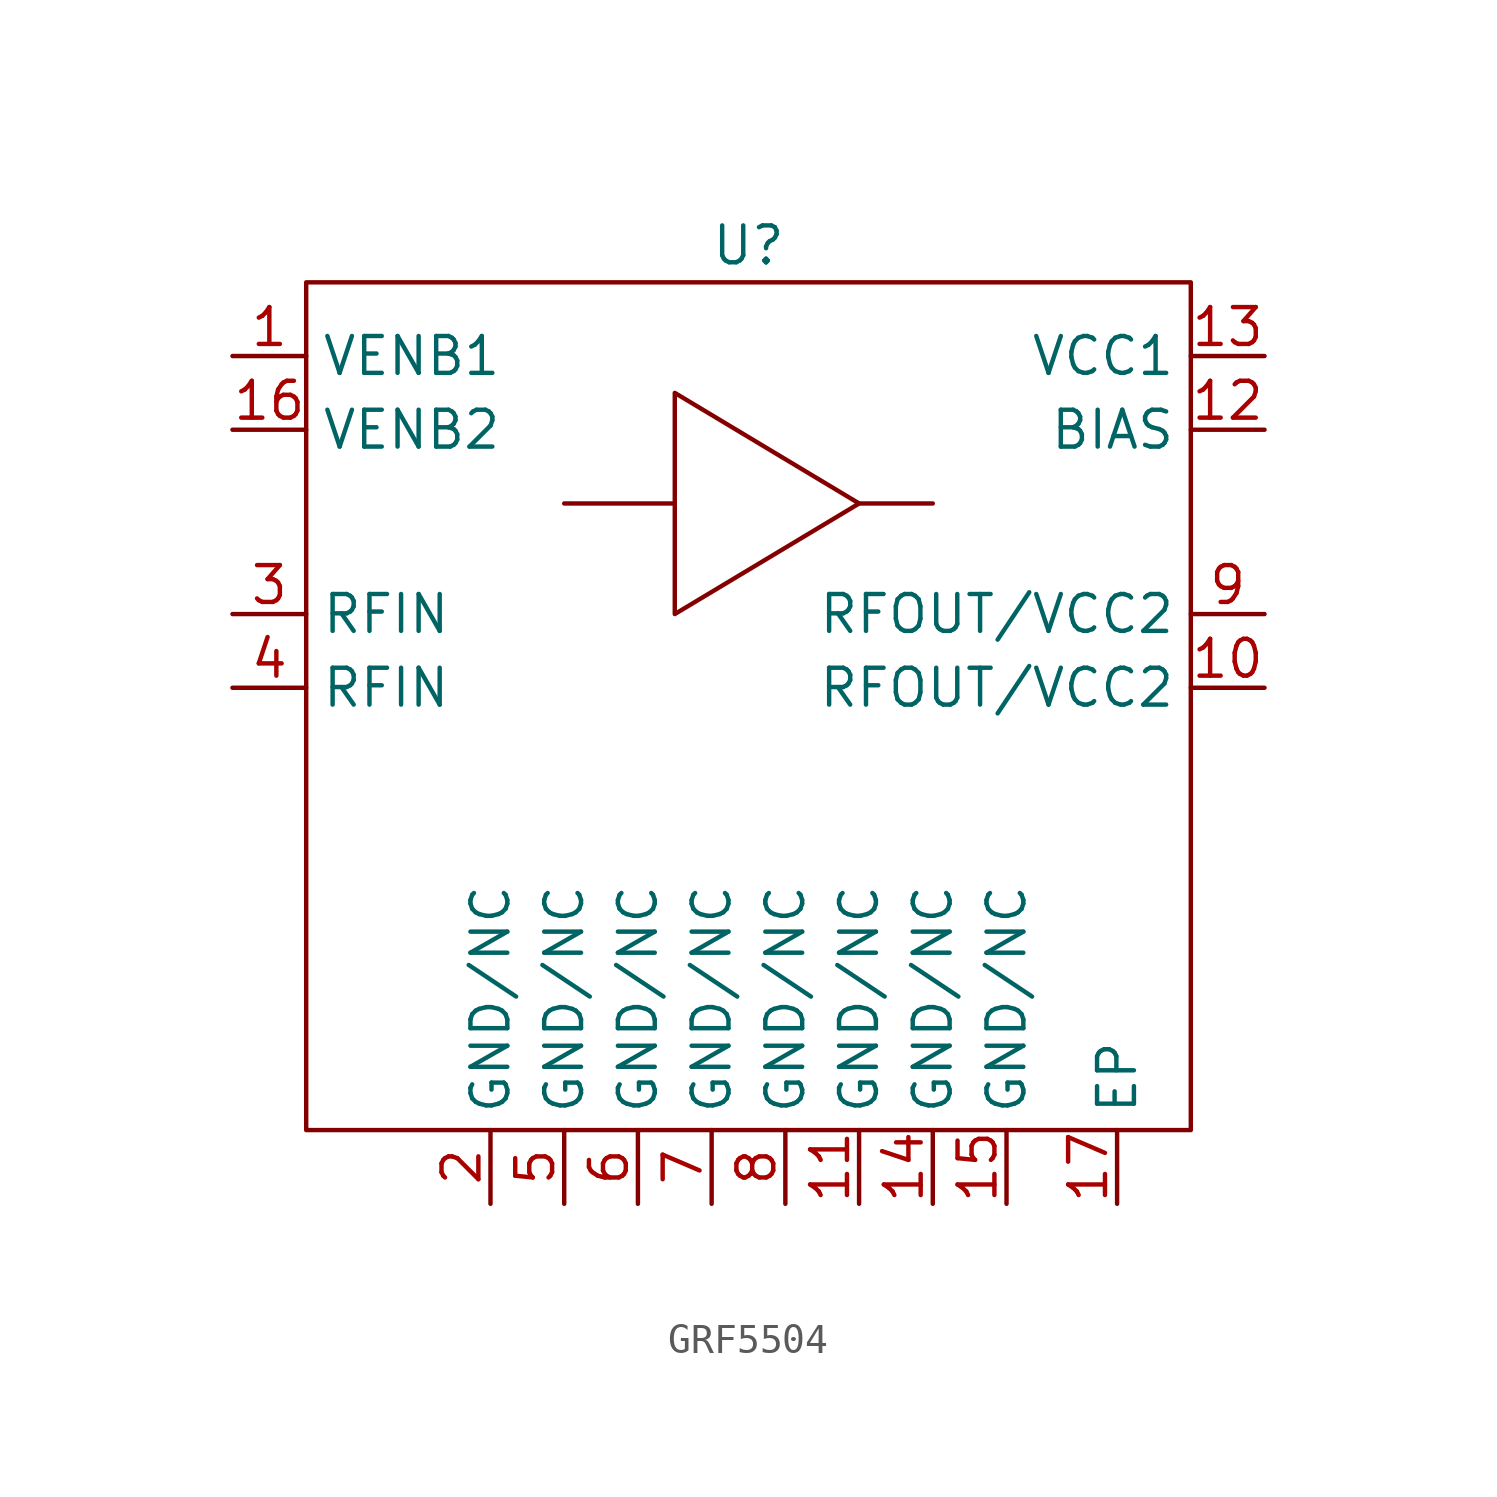
<source format=kicad_sym>
(kicad_symbol_lib
  (version 20220914)
  (generator kicad_symbol_editor)
  (symbol "GRF5504"
    (property "Reference" "U"
      (at 5.08 11.43 0)
      (effects (font (size 1.27 1.27))))
    (property "Value" ""
      (at 0 0 0)
      (effects (font (size 1.27 1.27))))
    (symbol "GRF5504_0_1"
      (rectangle (start -10.16 10.16) (end 20.32 -19.05) (stroke (width 0) (type default)) (fill (type none)))
      (polyline (pts (xy 8.89 2.54) (xy 11.43 2.54)) (stroke (width 0) (type default)) (fill (type none)))
      (polyline (pts (xy 2.54 6.35) (xy 2.54 -1.27) (xy 8.89 2.54) (xy 2.54 6.35) (xy 2.54 2.54) (xy -1.27 2.54) (xy 2.54 2.54)) (stroke (width 0) (type default)) (fill (type none))))
    (symbol "GRF5504_1_1"
      (pin input line (at -12.7 7.62 0) (length 2.54) (name "VENB1" (effects (font (size 1.27 1.27)))) (number "1" (effects (font (size 1.27 1.27)))))
      (pin output line (at 22.86 -3.81 180) (length 2.54) (name "RFOUT/VCC2" (effects (font (size 1.27 1.27)))) (number "10" (effects (font (size 1.27 1.27)))))
      (pin input line (at 8.89 -21.59 90) (length 2.54) (name "GND/NC" (effects (font (size 1.27 1.27)))) (number "11" (effects (font (size 1.27 1.27)))))
      (pin input line (at 22.86 5.08 180) (length 2.54) (name "BIAS" (effects (font (size 1.27 1.27)))) (number "12" (effects (font (size 1.27 1.27)))))
      (pin input line (at 22.86 7.62 180) (length 2.54) (name "VCC1" (effects (font (size 1.27 1.27)))) (number "13" (effects (font (size 1.27 1.27)))))
      (pin input line (at 11.43 -21.59 90) (length 2.54) (name "GND/NC" (effects (font (size 1.27 1.27)))) (number "14" (effects (font (size 1.27 1.27)))))
      (pin input line (at 13.97 -21.59 90) (length 2.54) (name "GND/NC" (effects (font (size 1.27 1.27)))) (number "15" (effects (font (size 1.27 1.27)))))
      (pin input line (at -12.7 5.08 0) (length 2.54) (name "VENB2" (effects (font (size 1.27 1.27)))) (number "16" (effects (font (size 1.27 1.27)))))
      (pin input line (at 17.78 -21.59 90) (length 2.54) (name "EP" (effects (font (size 1.27 1.27)))) (number "17" (effects (font (size 1.27 1.27)))))
      (pin input line (at -3.81 -21.59 90) (length 2.54) (name "GND/NC" (effects (font (size 1.27 1.27)))) (number "2" (effects (font (size 1.27 1.27)))))
      (pin input line (at -12.7 -1.27 0) (length 2.54) (name "RFIN" (effects (font (size 1.27 1.27)))) (number "3" (effects (font (size 1.27 1.27)))))
      (pin input line (at -12.7 -3.81 0) (length 2.54) (name "RFIN" (effects (font (size 1.27 1.27)))) (number "4" (effects (font (size 1.27 1.27)))))
      (pin input line (at -1.27 -21.59 90) (length 2.54) (name "GND/NC" (effects (font (size 1.27 1.27)))) (number "5" (effects (font (size 1.27 1.27)))))
      (pin input line (at 1.27 -21.59 90) (length 2.54) (name "GND/NC" (effects (font (size 1.27 1.27)))) (number "6" (effects (font (size 1.27 1.27)))))
      (pin input line (at 3.81 -21.59 90) (length 2.54) (name "GND/NC" (effects (font (size 1.27 1.27)))) (number "7" (effects (font (size 1.27 1.27)))))
      (pin input line (at 6.35 -21.59 90) (length 2.54) (name "GND/NC" (effects (font (size 1.27 1.27)))) (number "8" (effects (font (size 1.27 1.27)))))
      (pin output line (at 22.86 -1.27 180) (length 2.54) (name "RFOUT/VCC2" (effects (font (size 1.27 1.27)))) (number "9" (effects (font (size 1.27 1.27))))))))
</source>
